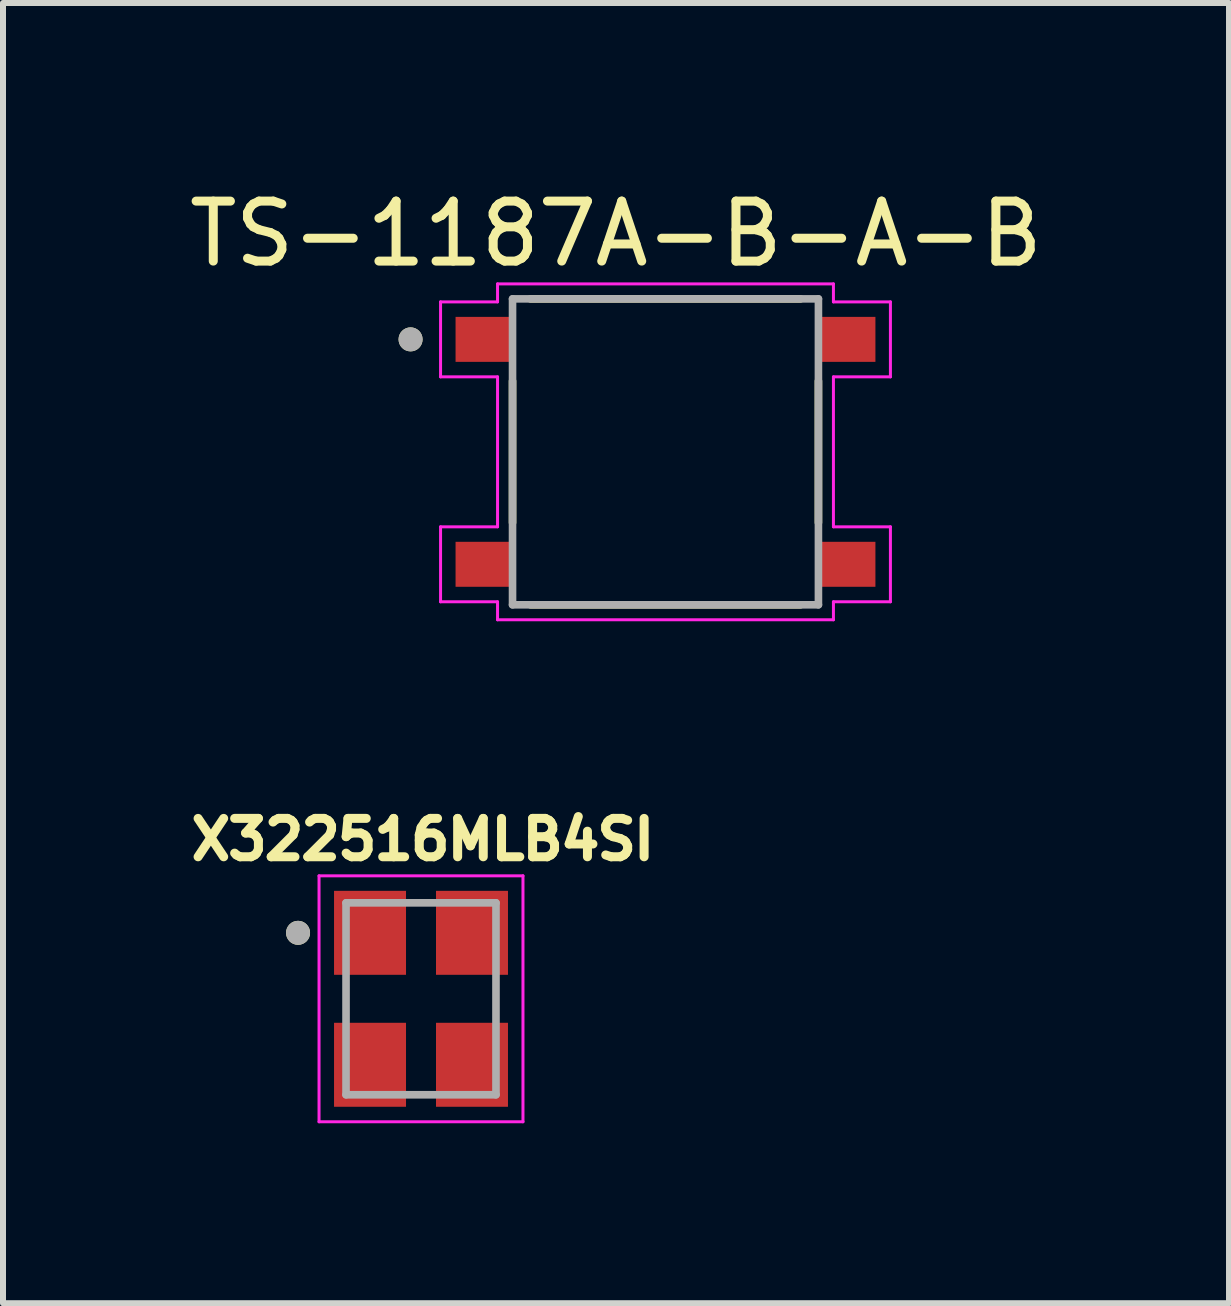
<source format=kicad_pcb>
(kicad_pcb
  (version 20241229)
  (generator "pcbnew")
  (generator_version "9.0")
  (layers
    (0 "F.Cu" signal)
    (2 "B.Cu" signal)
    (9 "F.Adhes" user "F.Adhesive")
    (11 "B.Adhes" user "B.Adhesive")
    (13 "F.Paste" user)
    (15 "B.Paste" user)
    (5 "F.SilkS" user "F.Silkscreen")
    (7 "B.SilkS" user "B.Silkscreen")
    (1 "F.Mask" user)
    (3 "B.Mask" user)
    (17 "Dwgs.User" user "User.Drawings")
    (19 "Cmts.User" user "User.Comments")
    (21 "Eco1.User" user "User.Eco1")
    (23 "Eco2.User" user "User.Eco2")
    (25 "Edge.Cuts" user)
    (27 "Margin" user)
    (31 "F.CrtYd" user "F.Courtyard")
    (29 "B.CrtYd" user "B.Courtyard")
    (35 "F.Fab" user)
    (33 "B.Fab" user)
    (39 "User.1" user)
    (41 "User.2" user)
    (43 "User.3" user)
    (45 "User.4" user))
  (footprint "TS-1187A-B-A-B"
    (layer "F.Cu")
    (at 8.045 4.483)
    (property "Reference" "TS-1187A-B-A-B" (at -0.825 -3.635 0) (layer "F.SilkS") (effects (font (size 1 1) (thickness 0.15))))
    (attr smd)
    (fp_line (start -2.55 -1.18) (end -2.55 1.18) (stroke (width 0.127) (type solid)) (layer "F.SilkS"))
    (fp_line (start 2.25 -2.55) (end -2.25 -2.55) (stroke (width 0.127) (type solid)) (layer "F.SilkS"))
    (fp_line (start 2.25 2.55) (end -2.25 2.55) (stroke (width 0.127) (type solid)) (layer "F.SilkS"))
    (fp_line (start 2.55 1.18) (end 2.55 -1.18) (stroke (width 0.127) (type solid)) (layer "F.SilkS"))
    (fp_circle (center -4.25 -1.875) (end -4.15 -1.875) (stroke (width 0.2) (type solid)) (fill no) (layer "F.SilkS"))
    (fp_line (start -3.75 -2.5) (end -3.75 -1.25) (stroke (width 0.05) (type solid)) (layer "F.CrtYd"))
    (fp_line (start -3.75 -2.5) (end -2.8 -2.5) (stroke (width 0.05) (type solid)) (layer "F.CrtYd"))
    (fp_line (start -3.75 -1.25) (end -2.8 -1.25) (stroke (width 0.05) (type solid)) (layer "F.CrtYd"))
    (fp_line (start -3.75 1.25) (end -2.8 1.25) (stroke (width 0.05) (type solid)) (layer "F.CrtYd"))
    (fp_line (start -3.75 2.5) (end -3.75 1.25) (stroke (width 0.05) (type solid)) (layer "F.CrtYd"))
    (fp_line (start -3.75 2.5) (end -2.8 2.5) (stroke (width 0.05) (type solid)) (layer "F.CrtYd"))
    (fp_line (start -2.8 -2.8) (end -2.8 -2.5) (stroke (width 0.05) (type solid)) (layer "F.CrtYd"))
    (fp_line (start -2.8 -1.25) (end -2.8 1.25) (stroke (width 0.05) (type solid)) (layer "F.CrtYd"))
    (fp_line (start -2.8 2.8) (end -2.8 2.5) (stroke (width 0.05) (type solid)) (layer "F.CrtYd"))
    (fp_line (start -2.8 2.8) (end 2.8 2.8) (stroke (width 0.05) (type solid)) (layer "F.CrtYd"))
    (fp_line (start 2.8 -2.8) (end -2.8 -2.8) (stroke (width 0.05) (type solid)) (layer "F.CrtYd"))
    (fp_line (start 2.8 -2.8) (end 2.8 -2.5) (stroke (width 0.05) (type solid)) (layer "F.CrtYd"))
    (fp_line (start 2.8 -1.25) (end 2.8 1.25) (stroke (width 0.05) (type solid)) (layer "F.CrtYd"))
    (fp_line (start 2.8 2.8) (end 2.8 2.5) (stroke (width 0.05) (type solid)) (layer "F.CrtYd"))
    (fp_line (start 3.75 -2.5) (end 2.8 -2.5) (stroke (width 0.05) (type solid)) (layer "F.CrtYd"))
    (fp_line (start 3.75 -2.5) (end 3.75 -1.25) (stroke (width 0.05) (type solid)) (layer "F.CrtYd"))
    (fp_line (start 3.75 -1.25) (end 2.8 -1.25) (stroke (width 0.05) (type solid)) (layer "F.CrtYd"))
    (fp_line (start 3.75 1.25) (end 2.8 1.25) (stroke (width 0.05) (type solid)) (layer "F.CrtYd"))
    (fp_line (start 3.75 2.5) (end 2.8 2.5) (stroke (width 0.05) (type solid)) (layer "F.CrtYd"))
    (fp_line (start 3.75 2.5) (end 3.75 1.25) (stroke (width 0.05) (type solid)) (layer "F.CrtYd"))
    (fp_line (start -2.55 -2.55) (end -2.55 2.55) (stroke (width 0.127) (type solid)) (layer "F.Fab"))
    (fp_line (start -2.55 2.55) (end 2.55 2.55) (stroke (width 0.127) (type solid)) (layer "F.Fab"))
    (fp_line (start 2.55 -2.55) (end -2.55 -2.55) (stroke (width 0.127) (type solid)) (layer "F.Fab"))
    (fp_line (start 2.55 2.55) (end 2.55 -2.55) (stroke (width 0.127) (type solid)) (layer "F.Fab"))
    (fp_circle (center -4.25 -1.875) (end -4.15 -1.875) (stroke (width 0.2) (type solid)) (fill no) (layer "F.Fab"))
    (pad "A" smd rect (at -3 -1.875) (size 1 0.75) (layers "F.Cu" "F.Mask" "F.Paste"))
    (pad "B" smd rect (at 3 -1.875) (size 1 0.75) (layers "F.Cu" "F.Mask" "F.Paste"))
    (pad "C" smd rect (at -3 1.875) (size 1 0.75) (layers "F.Cu" "F.Mask" "F.Paste"))
    (pad "D" smd rect (at 3 1.875) (size 1 0.75) (layers "F.Cu" "F.Mask" "F.Paste")))
  (footprint "X322516MLB4SI"
    (layer "F.Cu")
    (at 3.969 13.602)
    (property "Reference" "X322516MLB4SI" (at 0.032 -2.656 0) (layer "F.SilkS") (effects (font (size 0.64 0.64) (thickness 0.15))))
    (attr smd)
    (fp_circle (center -2.05 -1.1) (end -1.95 -1.1) (stroke (width 0.2) (type solid)) (fill no) (layer "F.SilkS"))
    (fp_line (start -1.7 -2.05) (end 1.7 -2.05) (stroke (width 0.05) (type solid)) (layer "F.CrtYd"))
    (fp_line (start -1.7 2.05) (end -1.7 -2.05) (stroke (width 0.05) (type solid)) (layer "F.CrtYd"))
    (fp_line (start 1.7 -2.05) (end 1.7 2.05) (stroke (width 0.05) (type solid)) (layer "F.CrtYd"))
    (fp_line (start 1.7 2.05) (end -1.7 2.05) (stroke (width 0.05) (type solid)) (layer "F.CrtYd"))
    (fp_line (start -1.25 -1.6) (end 1.25 -1.6) (stroke (width 0.127) (type solid)) (layer "F.Fab"))
    (fp_line (start -1.25 1.6) (end -1.25 -1.6) (stroke (width 0.127) (type solid)) (layer "F.Fab"))
    (fp_line (start 1.25 -1.6) (end 1.25 1.6) (stroke (width 0.127) (type solid)) (layer "F.Fab"))
    (fp_line (start 1.25 1.6) (end -1.25 1.6) (stroke (width 0.127) (type solid)) (layer "F.Fab"))
    (fp_circle (center -2.05 -1.1) (end -1.95 -1.1) (stroke (width 0.2) (type solid)) (fill no) (layer "F.Fab"))
    (pad "1" smd rect (at -0.85 -1.1) (size 1.2 1.4) (layers "F.Cu" "F.Mask" "F.Paste"))
    (pad "2" smd rect (at -0.85 1.1) (size 1.2 1.4) (layers "F.Cu" "F.Mask" "F.Paste"))
    (pad "3" smd rect (at 0.85 1.1) (size 1.2 1.4) (layers "F.Cu" "F.Mask" "F.Paste"))
    (pad "4" smd rect (at 0.85 -1.1) (size 1.2 1.4) (layers "F.Cu" "F.Mask" "F.Paste")))
  (gr_rect
    (start -3 -3)
    (end 17.44 18.677)
    (stroke (width 0.1) (type default))
    (fill no)
    (layer "Edge.Cuts")))
</source>
